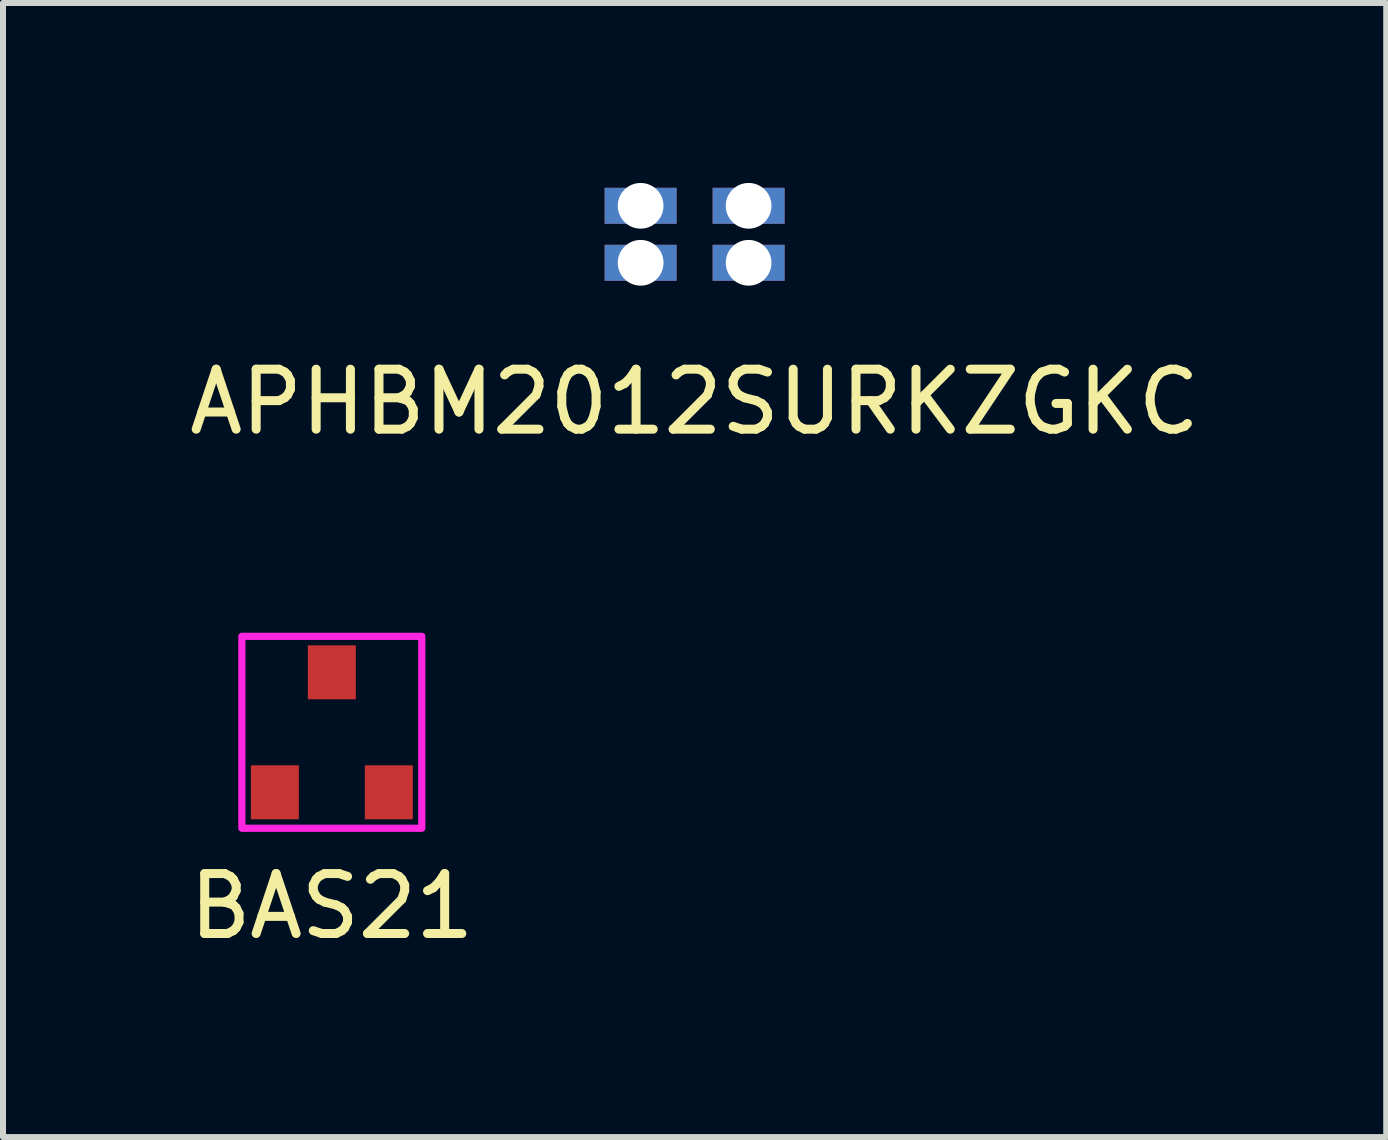
<source format=kicad_pcb>
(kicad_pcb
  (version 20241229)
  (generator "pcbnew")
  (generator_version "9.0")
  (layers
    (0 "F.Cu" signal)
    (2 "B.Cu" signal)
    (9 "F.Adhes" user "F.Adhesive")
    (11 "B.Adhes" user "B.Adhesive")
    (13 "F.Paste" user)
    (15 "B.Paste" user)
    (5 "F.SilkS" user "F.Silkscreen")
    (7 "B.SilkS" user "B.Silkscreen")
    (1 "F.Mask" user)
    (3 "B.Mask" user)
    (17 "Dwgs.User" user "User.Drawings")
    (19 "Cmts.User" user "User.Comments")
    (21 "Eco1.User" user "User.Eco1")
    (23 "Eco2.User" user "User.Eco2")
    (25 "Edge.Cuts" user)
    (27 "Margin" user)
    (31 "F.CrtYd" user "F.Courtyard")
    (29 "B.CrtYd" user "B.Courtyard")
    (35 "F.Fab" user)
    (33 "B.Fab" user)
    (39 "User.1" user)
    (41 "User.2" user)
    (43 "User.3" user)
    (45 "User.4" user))
  (footprint "APHBM2012SURKZGKC"
    (layer "F.Cu")
    (at 8.53 0.856)
    (property "Reference" "APHBM2012SURKZGKC" (at 0 2.794 0) (unlocked yes) (layer "F.SilkS") (effects (font (size 1 1) (thickness 0.15))))
    (pad "1" thru_hole rect (at 0.9 0.475) (size 1.2 0.6) (drill 0.762) (layers "*.Cu" "*.Mask"))
    (pad "2" thru_hole rect (at -0.9 0.475) (size 1.2 0.6) (drill 0.762) (layers "*.Cu" "*.Mask"))
    (pad "3" thru_hole rect (at -0.9 -0.475) (size 1.2 0.6) (drill 0.762) (layers "*.Cu" "*.Mask"))
    (pad "4" thru_hole rect (at 0.9 -0.475) (size 1.2 0.6) (drill 0.762) (layers "*.Cu" "*.Mask")))
  (footprint "BAS21"
    (layer "F.Cu")
    (at 2.482 9.158)
    (property "Reference" "BAS21" (at 0 2.9 0) (unlocked yes) (layer "F.SilkS") (effects (font (size 1 1) (thickness 0.15))))
    (fp_rect (start 1.5 1.6) (end -1.5 -1.6) (stroke (width 0.12) (type solid)) (fill no) (layer "F.CrtYd"))
    (pad "1" smd rect (at -0.95 1) (size 0.8 0.9) (layers "F.Cu" "F.Mask" "F.Paste"))
    (pad "2" smd rect (at 0.95 1) (size 0.8 0.9) (layers "F.Cu" "F.Mask" "F.Paste"))
    (pad "3" smd rect (at 0 -1) (size 0.8 0.9) (layers "F.Cu" "F.Mask" "F.Paste")))
  (gr_rect
    (start -3 -3)
    (end 20.06 15.906)
    (stroke (width 0.1) (type default))
    (fill no)
    (layer "Edge.Cuts")))
</source>
